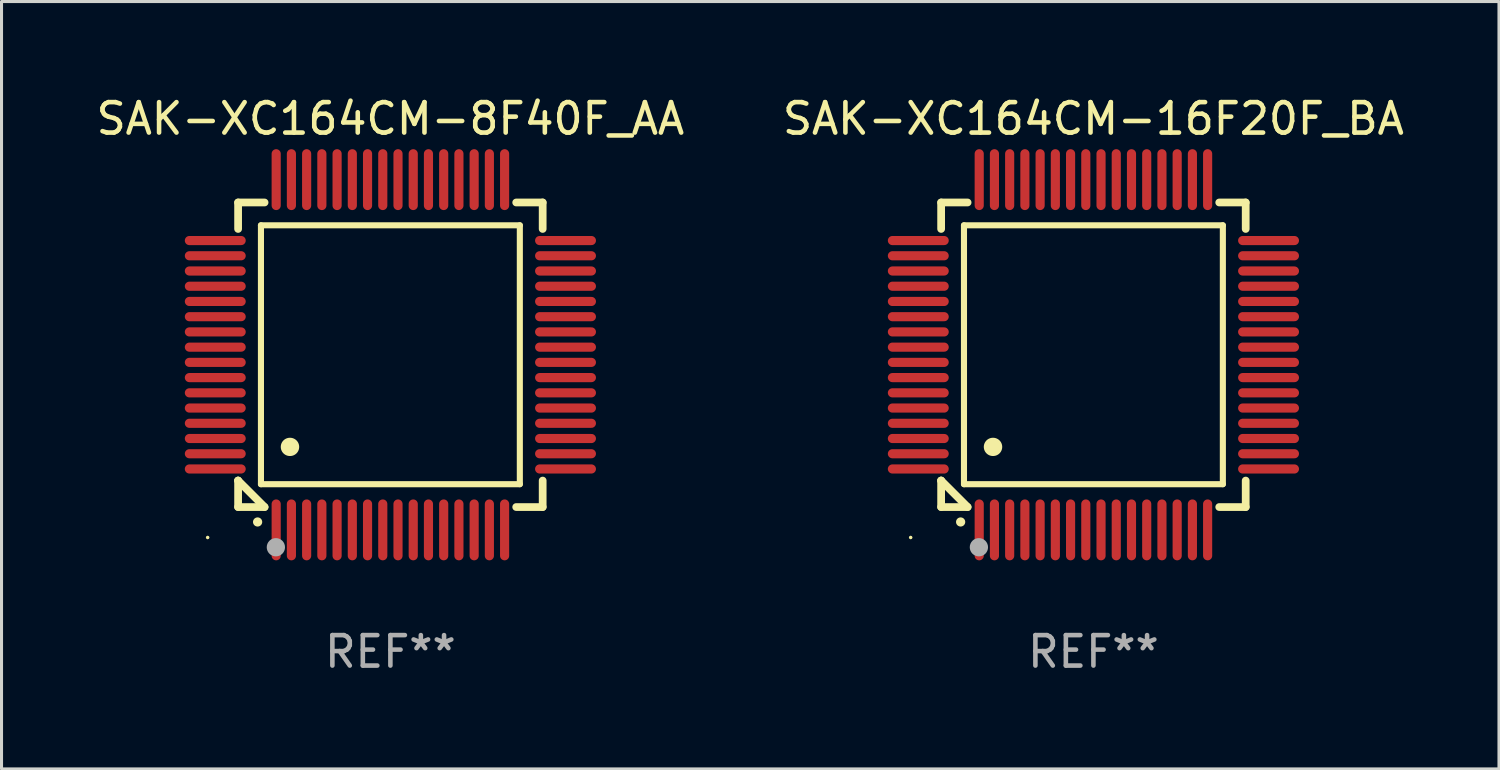
<source format=kicad_pcb>
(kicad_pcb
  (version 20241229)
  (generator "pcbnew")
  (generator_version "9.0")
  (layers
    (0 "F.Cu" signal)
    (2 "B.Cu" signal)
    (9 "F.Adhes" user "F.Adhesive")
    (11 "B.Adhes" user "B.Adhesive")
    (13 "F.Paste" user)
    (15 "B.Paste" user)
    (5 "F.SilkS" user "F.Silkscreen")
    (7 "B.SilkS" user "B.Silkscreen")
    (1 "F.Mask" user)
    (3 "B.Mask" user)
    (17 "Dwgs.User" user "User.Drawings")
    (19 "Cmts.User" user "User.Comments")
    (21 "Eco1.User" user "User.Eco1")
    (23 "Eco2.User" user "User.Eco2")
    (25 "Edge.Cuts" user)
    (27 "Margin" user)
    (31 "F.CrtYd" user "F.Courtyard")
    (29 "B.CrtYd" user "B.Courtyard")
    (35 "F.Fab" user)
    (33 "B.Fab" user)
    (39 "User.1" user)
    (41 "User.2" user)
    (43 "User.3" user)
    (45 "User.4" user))
  (footprint "SAK-XC164CM-16F20F_BA"
    (layer "F.Cu")
    (at 32.851 8.598)
    (property "Reference" "SAK-XC164CM-16F20F_BA" (at 0 -7.75 0) (layer "F.SilkS") (effects (font (size 1 1) (thickness 0.15))))
    (attr through_hole)
    (fp_line (start -5 -5) (end -4.131 -5) (stroke (width 0.254) (type solid)) (layer "F.SilkS"))
    (fp_line (start -5 -4.131) (end -5 -5) (stroke (width 0.254) (type solid)) (layer "F.SilkS"))
    (fp_line (start -5 4.131) (end -5 4.131) (stroke (width 0.254) (type solid)) (layer "F.SilkS"))
    (fp_line (start -5 5) (end -5 4.131) (stroke (width 0.254) (type solid)) (layer "F.SilkS"))
    (fp_line (start -5 4.131) (end -4.131 5) (stroke (width 0.254) (type solid)) (layer "F.SilkS"))
    (fp_line (start -4.25 -4.25) (end -4.25 4.25) (stroke (width 0.2) (type solid)) (layer "F.SilkS"))
    (fp_line (start -4.25 4.25) (end 4.25 4.25) (stroke (width 0.2) (type solid)) (layer "F.SilkS"))
    (fp_line (start -4.131 5) (end -5 5) (stroke (width 0.254) (type solid)) (layer "F.SilkS"))
    (fp_line (start 4.25 -4.25) (end -4.25 -4.25) (stroke (width 0.2) (type solid)) (layer "F.SilkS"))
    (fp_line (start 4.25 4.25) (end 4.25 -4.25) (stroke (width 0.2) (type solid)) (layer "F.SilkS"))
    (fp_line (start 5 -5) (end 4.131 -5) (stroke (width 0.254) (type solid)) (layer "F.SilkS"))
    (fp_line (start 5 -5) (end 5 -4.131) (stroke (width 0.254) (type solid)) (layer "F.SilkS"))
    (fp_line (start 5 4.131) (end 5 5) (stroke (width 0.254) (type solid)) (layer "F.SilkS"))
    (fp_line (start 5 5) (end 4.131 5) (stroke (width 0.254) (type solid)) (layer "F.SilkS"))
    (fp_arc (start -4.361265 5.489992) (mid -4.359995 5.489987) (end -4.358725 5.489992) (stroke (width 0.3) (type solid)) (layer "F.SilkS"))
    (fp_arc (start -3.299467 3.025146) (mid -3.296927 3.025135) (end -3.294387 3.025146) (stroke (width 0.6) (type solid)) (layer "F.SilkS"))
    (fp_circle (center -6 6) (end -5.97 6) (stroke (width 0.06) (type solid)) (fill no) (layer "F.SilkS"))
    (fp_circle (center -3.76 6.32) (end -3.61 6.32) (stroke (width 0.3) (type solid)) (fill no) (layer "F.Fab"))
    (fp_text user "REF**" (at 0 9.75 0) (layer "F.Fab") (effects (font (size 1 1) (thickness 0.15))))
    (pad "1" smd oval (at -3.75 5.75) (size 0.3 2) (layers "F.Cu" "F.Mask" "F.Paste"))
    (pad "2" smd oval (at -3.25 5.75) (size 0.3 2) (layers "F.Cu" "F.Mask" "F.Paste"))
    (pad "3" smd oval (at -2.75 5.75) (size 0.3 2) (layers "F.Cu" "F.Mask" "F.Paste"))
    (pad "4" smd oval (at -2.25 5.75) (size 0.3 2) (layers "F.Cu" "F.Mask" "F.Paste"))
    (pad "5" smd oval (at -1.75 5.75) (size 0.3 2) (layers "F.Cu" "F.Mask" "F.Paste"))
    (pad "6" smd oval (at -1.25 5.75) (size 0.3 2) (layers "F.Cu" "F.Mask" "F.Paste"))
    (pad "7" smd oval (at -0.75 5.75) (size 0.3 2) (layers "F.Cu" "F.Mask" "F.Paste"))
    (pad "8" smd oval (at -0.25 5.75) (size 0.3 2) (layers "F.Cu" "F.Mask" "F.Paste"))
    (pad "9" smd oval (at 0.25 5.75) (size 0.3 2) (layers "F.Cu" "F.Mask" "F.Paste"))
    (pad "10" smd oval (at 0.75 5.75) (size 0.3 2) (layers "F.Cu" "F.Mask" "F.Paste"))
    (pad "11" smd oval (at 1.25 5.75) (size 0.3 2) (layers "F.Cu" "F.Mask" "F.Paste"))
    (pad "12" smd oval (at 1.75 5.75) (size 0.3 2) (layers "F.Cu" "F.Mask" "F.Paste"))
    (pad "13" smd oval (at 2.25 5.75) (size 0.3 2) (layers "F.Cu" "F.Mask" "F.Paste"))
    (pad "14" smd oval (at 2.75 5.75) (size 0.3 2) (layers "F.Cu" "F.Mask" "F.Paste"))
    (pad "15" smd oval (at 3.25 5.75) (size 0.3 2) (layers "F.Cu" "F.Mask" "F.Paste"))
    (pad "16" smd oval (at 3.75 5.75) (size 0.3 2) (layers "F.Cu" "F.Mask" "F.Paste"))
    (pad "17" smd oval (at 5.75 3.75) (size 2 0.3) (layers "F.Cu" "F.Mask" "F.Paste"))
    (pad "18" smd oval (at 5.75 3.25) (size 2 0.3) (layers "F.Cu" "F.Mask" "F.Paste"))
    (pad "19" smd oval (at 5.75 2.75) (size 2 0.3) (layers "F.Cu" "F.Mask" "F.Paste"))
    (pad "20" smd oval (at 5.75 2.25) (size 2 0.3) (layers "F.Cu" "F.Mask" "F.Paste"))
    (pad "21" smd oval (at 5.75 1.75) (size 2 0.3) (layers "F.Cu" "F.Mask" "F.Paste"))
    (pad "22" smd oval (at 5.75 1.25) (size 2 0.3) (layers "F.Cu" "F.Mask" "F.Paste"))
    (pad "23" smd oval (at 5.75 0.75) (size 2 0.3) (layers "F.Cu" "F.Mask" "F.Paste"))
    (pad "24" smd oval (at 5.75 0.25) (size 2 0.3) (layers "F.Cu" "F.Mask" "F.Paste"))
    (pad "25" smd oval (at 5.75 -0.25) (size 2 0.3) (layers "F.Cu" "F.Mask" "F.Paste"))
    (pad "26" smd oval (at 5.75 -0.75) (size 2 0.3) (layers "F.Cu" "F.Mask" "F.Paste"))
    (pad "27" smd oval (at 5.75 -1.25) (size 2 0.3) (layers "F.Cu" "F.Mask" "F.Paste"))
    (pad "28" smd oval (at 5.75 -1.75) (size 2 0.3) (layers "F.Cu" "F.Mask" "F.Paste"))
    (pad "29" smd oval (at 5.75 -2.25) (size 2 0.3) (layers "F.Cu" "F.Mask" "F.Paste"))
    (pad "30" smd oval (at 5.75 -2.75) (size 2 0.3) (layers "F.Cu" "F.Mask" "F.Paste"))
    (pad "31" smd oval (at 5.75 -3.25) (size 2 0.3) (layers "F.Cu" "F.Mask" "F.Paste"))
    (pad "32" smd oval (at 5.75 -3.75) (size 2 0.3) (layers "F.Cu" "F.Mask" "F.Paste"))
    (pad "33" smd oval (at 3.75 -5.75) (size 0.3 2) (layers "F.Cu" "F.Mask" "F.Paste"))
    (pad "34" smd oval (at 3.25 -5.75) (size 0.3 2) (layers "F.Cu" "F.Mask" "F.Paste"))
    (pad "35" smd oval (at 2.75 -5.75) (size 0.3 2) (layers "F.Cu" "F.Mask" "F.Paste"))
    (pad "36" smd oval (at 2.25 -5.75) (size 0.3 2) (layers "F.Cu" "F.Mask" "F.Paste"))
    (pad "37" smd oval (at 1.75 -5.75) (size 0.3 2) (layers "F.Cu" "F.Mask" "F.Paste"))
    (pad "38" smd oval (at 1.25 -5.75) (size 0.3 2) (layers "F.Cu" "F.Mask" "F.Paste"))
    (pad "39" smd oval (at 0.75 -5.75) (size 0.3 2) (layers "F.Cu" "F.Mask" "F.Paste"))
    (pad "40" smd oval (at 0.25 -5.75) (size 0.3 2) (layers "F.Cu" "F.Mask" "F.Paste"))
    (pad "41" smd oval (at -0.25 -5.75) (size 0.3 2) (layers "F.Cu" "F.Mask" "F.Paste"))
    (pad "42" smd oval (at -0.75 -5.75) (size 0.3 2) (layers "F.Cu" "F.Mask" "F.Paste"))
    (pad "43" smd oval (at -1.25 -5.75) (size 0.3 2) (layers "F.Cu" "F.Mask" "F.Paste"))
    (pad "44" smd oval (at -1.75 -5.75) (size 0.3 2) (layers "F.Cu" "F.Mask" "F.Paste"))
    (pad "45" smd oval (at -2.25 -5.75) (size 0.3 2) (layers "F.Cu" "F.Mask" "F.Paste"))
    (pad "46" smd oval (at -2.75 -5.75) (size 0.3 2) (layers "F.Cu" "F.Mask" "F.Paste"))
    (pad "47" smd oval (at -3.25 -5.75) (size 0.3 2) (layers "F.Cu" "F.Mask" "F.Paste"))
    (pad "48" smd oval (at -3.75 -5.75) (size 0.3 2) (layers "F.Cu" "F.Mask" "F.Paste"))
    (pad "49" smd oval (at -5.75 -3.75) (size 2 0.3) (layers "F.Cu" "F.Mask" "F.Paste"))
    (pad "50" smd oval (at -5.75 -3.25) (size 2 0.3) (layers "F.Cu" "F.Mask" "F.Paste"))
    (pad "51" smd oval (at -5.75 -2.75) (size 2 0.3) (layers "F.Cu" "F.Mask" "F.Paste"))
    (pad "52" smd oval (at -5.75 -2.25) (size 2 0.3) (layers "F.Cu" "F.Mask" "F.Paste"))
    (pad "53" smd oval (at -5.75 -1.75) (size 2 0.3) (layers "F.Cu" "F.Mask" "F.Paste"))
    (pad "54" smd oval (at -5.75 -1.25) (size 2 0.3) (layers "F.Cu" "F.Mask" "F.Paste"))
    (pad "55" smd oval (at -5.75 -0.75) (size 2 0.3) (layers "F.Cu" "F.Mask" "F.Paste"))
    (pad "56" smd oval (at -5.75 -0.25) (size 2 0.3) (layers "F.Cu" "F.Mask" "F.Paste"))
    (pad "57" smd oval (at -5.75 0.25) (size 2 0.3) (layers "F.Cu" "F.Mask" "F.Paste"))
    (pad "58" smd oval (at -5.75 0.75) (size 2 0.3) (layers "F.Cu" "F.Mask" "F.Paste"))
    (pad "59" smd oval (at -5.75 1.25) (size 2 0.3) (layers "F.Cu" "F.Mask" "F.Paste"))
    (pad "60" smd oval (at -5.75 1.75) (size 2 0.3) (layers "F.Cu" "F.Mask" "F.Paste"))
    (pad "61" smd oval (at -5.75 2.25) (size 2 0.3) (layers "F.Cu" "F.Mask" "F.Paste"))
    (pad "62" smd oval (at -5.75 2.75) (size 2 0.3) (layers "F.Cu" "F.Mask" "F.Paste"))
    (pad "63" smd oval (at -5.75 3.25) (size 2 0.3) (layers "F.Cu" "F.Mask" "F.Paste"))
    (pad "64" smd oval (at -5.75 3.75) (size 2 0.3) (layers "F.Cu" "F.Mask" "F.Paste")))
  (footprint "SAK-XC164CM-8F40F_AA"
    (layer "F.Cu")
    (at 9.768 8.598)
    (property "Reference" "SAK-XC164CM-8F40F_AA" (at 0 -7.75 0) (layer "F.SilkS") (effects (font (size 1 1) (thickness 0.15))))
    (attr through_hole)
    (fp_line (start -5 -5) (end -4.131 -5) (stroke (width 0.254) (type solid)) (layer "F.SilkS"))
    (fp_line (start -5 -4.131) (end -5 -5) (stroke (width 0.254) (type solid)) (layer "F.SilkS"))
    (fp_line (start -5 4.131) (end -5 4.131) (stroke (width 0.254) (type solid)) (layer "F.SilkS"))
    (fp_line (start -5 5) (end -5 4.131) (stroke (width 0.254) (type solid)) (layer "F.SilkS"))
    (fp_line (start -5 4.131) (end -4.131 5) (stroke (width 0.254) (type solid)) (layer "F.SilkS"))
    (fp_line (start -4.25 -4.25) (end -4.25 4.25) (stroke (width 0.2) (type solid)) (layer "F.SilkS"))
    (fp_line (start -4.25 4.25) (end 4.25 4.25) (stroke (width 0.2) (type solid)) (layer "F.SilkS"))
    (fp_line (start -4.131 5) (end -5 5) (stroke (width 0.254) (type solid)) (layer "F.SilkS"))
    (fp_line (start 4.25 -4.25) (end -4.25 -4.25) (stroke (width 0.2) (type solid)) (layer "F.SilkS"))
    (fp_line (start 4.25 4.25) (end 4.25 -4.25) (stroke (width 0.2) (type solid)) (layer "F.SilkS"))
    (fp_line (start 5 -5) (end 4.131 -5) (stroke (width 0.254) (type solid)) (layer "F.SilkS"))
    (fp_line (start 5 -5) (end 5 -4.131) (stroke (width 0.254) (type solid)) (layer "F.SilkS"))
    (fp_line (start 5 4.131) (end 5 5) (stroke (width 0.254) (type solid)) (layer "F.SilkS"))
    (fp_line (start 5 5) (end 4.131 5) (stroke (width 0.254) (type solid)) (layer "F.SilkS"))
    (fp_arc (start -4.361265 5.489992) (mid -4.359995 5.489987) (end -4.358725 5.489992) (stroke (width 0.3) (type solid)) (layer "F.SilkS"))
    (fp_arc (start -3.299467 3.025146) (mid -3.296927 3.025135) (end -3.294387 3.025146) (stroke (width 0.6) (type solid)) (layer "F.SilkS"))
    (fp_circle (center -6 6) (end -5.97 6) (stroke (width 0.06) (type solid)) (fill no) (layer "F.SilkS"))
    (fp_circle (center -3.76 6.32) (end -3.61 6.32) (stroke (width 0.3) (type solid)) (fill no) (layer "F.Fab"))
    (fp_text user "REF**" (at 0 9.75 0) (layer "F.Fab") (effects (font (size 1 1) (thickness 0.15))))
    (pad "1" smd oval (at -3.75 5.75) (size 0.3 2) (layers "F.Cu" "F.Mask" "F.Paste"))
    (pad "2" smd oval (at -3.25 5.75) (size 0.3 2) (layers "F.Cu" "F.Mask" "F.Paste"))
    (pad "3" smd oval (at -2.75 5.75) (size 0.3 2) (layers "F.Cu" "F.Mask" "F.Paste"))
    (pad "4" smd oval (at -2.25 5.75) (size 0.3 2) (layers "F.Cu" "F.Mask" "F.Paste"))
    (pad "5" smd oval (at -1.75 5.75) (size 0.3 2) (layers "F.Cu" "F.Mask" "F.Paste"))
    (pad "6" smd oval (at -1.25 5.75) (size 0.3 2) (layers "F.Cu" "F.Mask" "F.Paste"))
    (pad "7" smd oval (at -0.75 5.75) (size 0.3 2) (layers "F.Cu" "F.Mask" "F.Paste"))
    (pad "8" smd oval (at -0.25 5.75) (size 0.3 2) (layers "F.Cu" "F.Mask" "F.Paste"))
    (pad "9" smd oval (at 0.25 5.75) (size 0.3 2) (layers "F.Cu" "F.Mask" "F.Paste"))
    (pad "10" smd oval (at 0.75 5.75) (size 0.3 2) (layers "F.Cu" "F.Mask" "F.Paste"))
    (pad "11" smd oval (at 1.25 5.75) (size 0.3 2) (layers "F.Cu" "F.Mask" "F.Paste"))
    (pad "12" smd oval (at 1.75 5.75) (size 0.3 2) (layers "F.Cu" "F.Mask" "F.Paste"))
    (pad "13" smd oval (at 2.25 5.75) (size 0.3 2) (layers "F.Cu" "F.Mask" "F.Paste"))
    (pad "14" smd oval (at 2.75 5.75) (size 0.3 2) (layers "F.Cu" "F.Mask" "F.Paste"))
    (pad "15" smd oval (at 3.25 5.75) (size 0.3 2) (layers "F.Cu" "F.Mask" "F.Paste"))
    (pad "16" smd oval (at 3.75 5.75) (size 0.3 2) (layers "F.Cu" "F.Mask" "F.Paste"))
    (pad "17" smd oval (at 5.75 3.75) (size 2 0.3) (layers "F.Cu" "F.Mask" "F.Paste"))
    (pad "18" smd oval (at 5.75 3.25) (size 2 0.3) (layers "F.Cu" "F.Mask" "F.Paste"))
    (pad "19" smd oval (at 5.75 2.75) (size 2 0.3) (layers "F.Cu" "F.Mask" "F.Paste"))
    (pad "20" smd oval (at 5.75 2.25) (size 2 0.3) (layers "F.Cu" "F.Mask" "F.Paste"))
    (pad "21" smd oval (at 5.75 1.75) (size 2 0.3) (layers "F.Cu" "F.Mask" "F.Paste"))
    (pad "22" smd oval (at 5.75 1.25) (size 2 0.3) (layers "F.Cu" "F.Mask" "F.Paste"))
    (pad "23" smd oval (at 5.75 0.75) (size 2 0.3) (layers "F.Cu" "F.Mask" "F.Paste"))
    (pad "24" smd oval (at 5.75 0.25) (size 2 0.3) (layers "F.Cu" "F.Mask" "F.Paste"))
    (pad "25" smd oval (at 5.75 -0.25) (size 2 0.3) (layers "F.Cu" "F.Mask" "F.Paste"))
    (pad "26" smd oval (at 5.75 -0.75) (size 2 0.3) (layers "F.Cu" "F.Mask" "F.Paste"))
    (pad "27" smd oval (at 5.75 -1.25) (size 2 0.3) (layers "F.Cu" "F.Mask" "F.Paste"))
    (pad "28" smd oval (at 5.75 -1.75) (size 2 0.3) (layers "F.Cu" "F.Mask" "F.Paste"))
    (pad "29" smd oval (at 5.75 -2.25) (size 2 0.3) (layers "F.Cu" "F.Mask" "F.Paste"))
    (pad "30" smd oval (at 5.75 -2.75) (size 2 0.3) (layers "F.Cu" "F.Mask" "F.Paste"))
    (pad "31" smd oval (at 5.75 -3.25) (size 2 0.3) (layers "F.Cu" "F.Mask" "F.Paste"))
    (pad "32" smd oval (at 5.75 -3.75) (size 2 0.3) (layers "F.Cu" "F.Mask" "F.Paste"))
    (pad "33" smd oval (at 3.75 -5.75) (size 0.3 2) (layers "F.Cu" "F.Mask" "F.Paste"))
    (pad "34" smd oval (at 3.25 -5.75) (size 0.3 2) (layers "F.Cu" "F.Mask" "F.Paste"))
    (pad "35" smd oval (at 2.75 -5.75) (size 0.3 2) (layers "F.Cu" "F.Mask" "F.Paste"))
    (pad "36" smd oval (at 2.25 -5.75) (size 0.3 2) (layers "F.Cu" "F.Mask" "F.Paste"))
    (pad "37" smd oval (at 1.75 -5.75) (size 0.3 2) (layers "F.Cu" "F.Mask" "F.Paste"))
    (pad "38" smd oval (at 1.25 -5.75) (size 0.3 2) (layers "F.Cu" "F.Mask" "F.Paste"))
    (pad "39" smd oval (at 0.75 -5.75) (size 0.3 2) (layers "F.Cu" "F.Mask" "F.Paste"))
    (pad "40" smd oval (at 0.25 -5.75) (size 0.3 2) (layers "F.Cu" "F.Mask" "F.Paste"))
    (pad "41" smd oval (at -0.25 -5.75) (size 0.3 2) (layers "F.Cu" "F.Mask" "F.Paste"))
    (pad "42" smd oval (at -0.75 -5.75) (size 0.3 2) (layers "F.Cu" "F.Mask" "F.Paste"))
    (pad "43" smd oval (at -1.25 -5.75) (size 0.3 2) (layers "F.Cu" "F.Mask" "F.Paste"))
    (pad "44" smd oval (at -1.75 -5.75) (size 0.3 2) (layers "F.Cu" "F.Mask" "F.Paste"))
    (pad "45" smd oval (at -2.25 -5.75) (size 0.3 2) (layers "F.Cu" "F.Mask" "F.Paste"))
    (pad "46" smd oval (at -2.75 -5.75) (size 0.3 2) (layers "F.Cu" "F.Mask" "F.Paste"))
    (pad "47" smd oval (at -3.25 -5.75) (size 0.3 2) (layers "F.Cu" "F.Mask" "F.Paste"))
    (pad "48" smd oval (at -3.75 -5.75) (size 0.3 2) (layers "F.Cu" "F.Mask" "F.Paste"))
    (pad "49" smd oval (at -5.75 -3.75) (size 2 0.3) (layers "F.Cu" "F.Mask" "F.Paste"))
    (pad "50" smd oval (at -5.75 -3.25) (size 2 0.3) (layers "F.Cu" "F.Mask" "F.Paste"))
    (pad "51" smd oval (at -5.75 -2.75) (size 2 0.3) (layers "F.Cu" "F.Mask" "F.Paste"))
    (pad "52" smd oval (at -5.75 -2.25) (size 2 0.3) (layers "F.Cu" "F.Mask" "F.Paste"))
    (pad "53" smd oval (at -5.75 -1.75) (size 2 0.3) (layers "F.Cu" "F.Mask" "F.Paste"))
    (pad "54" smd oval (at -5.75 -1.25) (size 2 0.3) (layers "F.Cu" "F.Mask" "F.Paste"))
    (pad "55" smd oval (at -5.75 -0.75) (size 2 0.3) (layers "F.Cu" "F.Mask" "F.Paste"))
    (pad "56" smd oval (at -5.75 -0.25) (size 2 0.3) (layers "F.Cu" "F.Mask" "F.Paste"))
    (pad "57" smd oval (at -5.75 0.25) (size 2 0.3) (layers "F.Cu" "F.Mask" "F.Paste"))
    (pad "58" smd oval (at -5.75 0.75) (size 2 0.3) (layers "F.Cu" "F.Mask" "F.Paste"))
    (pad "59" smd oval (at -5.75 1.25) (size 2 0.3) (layers "F.Cu" "F.Mask" "F.Paste"))
    (pad "60" smd oval (at -5.75 1.75) (size 2 0.3) (layers "F.Cu" "F.Mask" "F.Paste"))
    (pad "61" smd oval (at -5.75 2.25) (size 2 0.3) (layers "F.Cu" "F.Mask" "F.Paste"))
    (pad "62" smd oval (at -5.75 2.75) (size 2 0.3) (layers "F.Cu" "F.Mask" "F.Paste"))
    (pad "63" smd oval (at -5.75 3.25) (size 2 0.3) (layers "F.Cu" "F.Mask" "F.Paste"))
    (pad "64" smd oval (at -5.75 3.75) (size 2 0.3) (layers "F.Cu" "F.Mask" "F.Paste")))
  (gr_rect
    (start -3 -3)
    (end 46.167 22.196)
    (stroke (width 0.1) (type default))
    (fill no)
    (layer "Edge.Cuts")))
</source>
